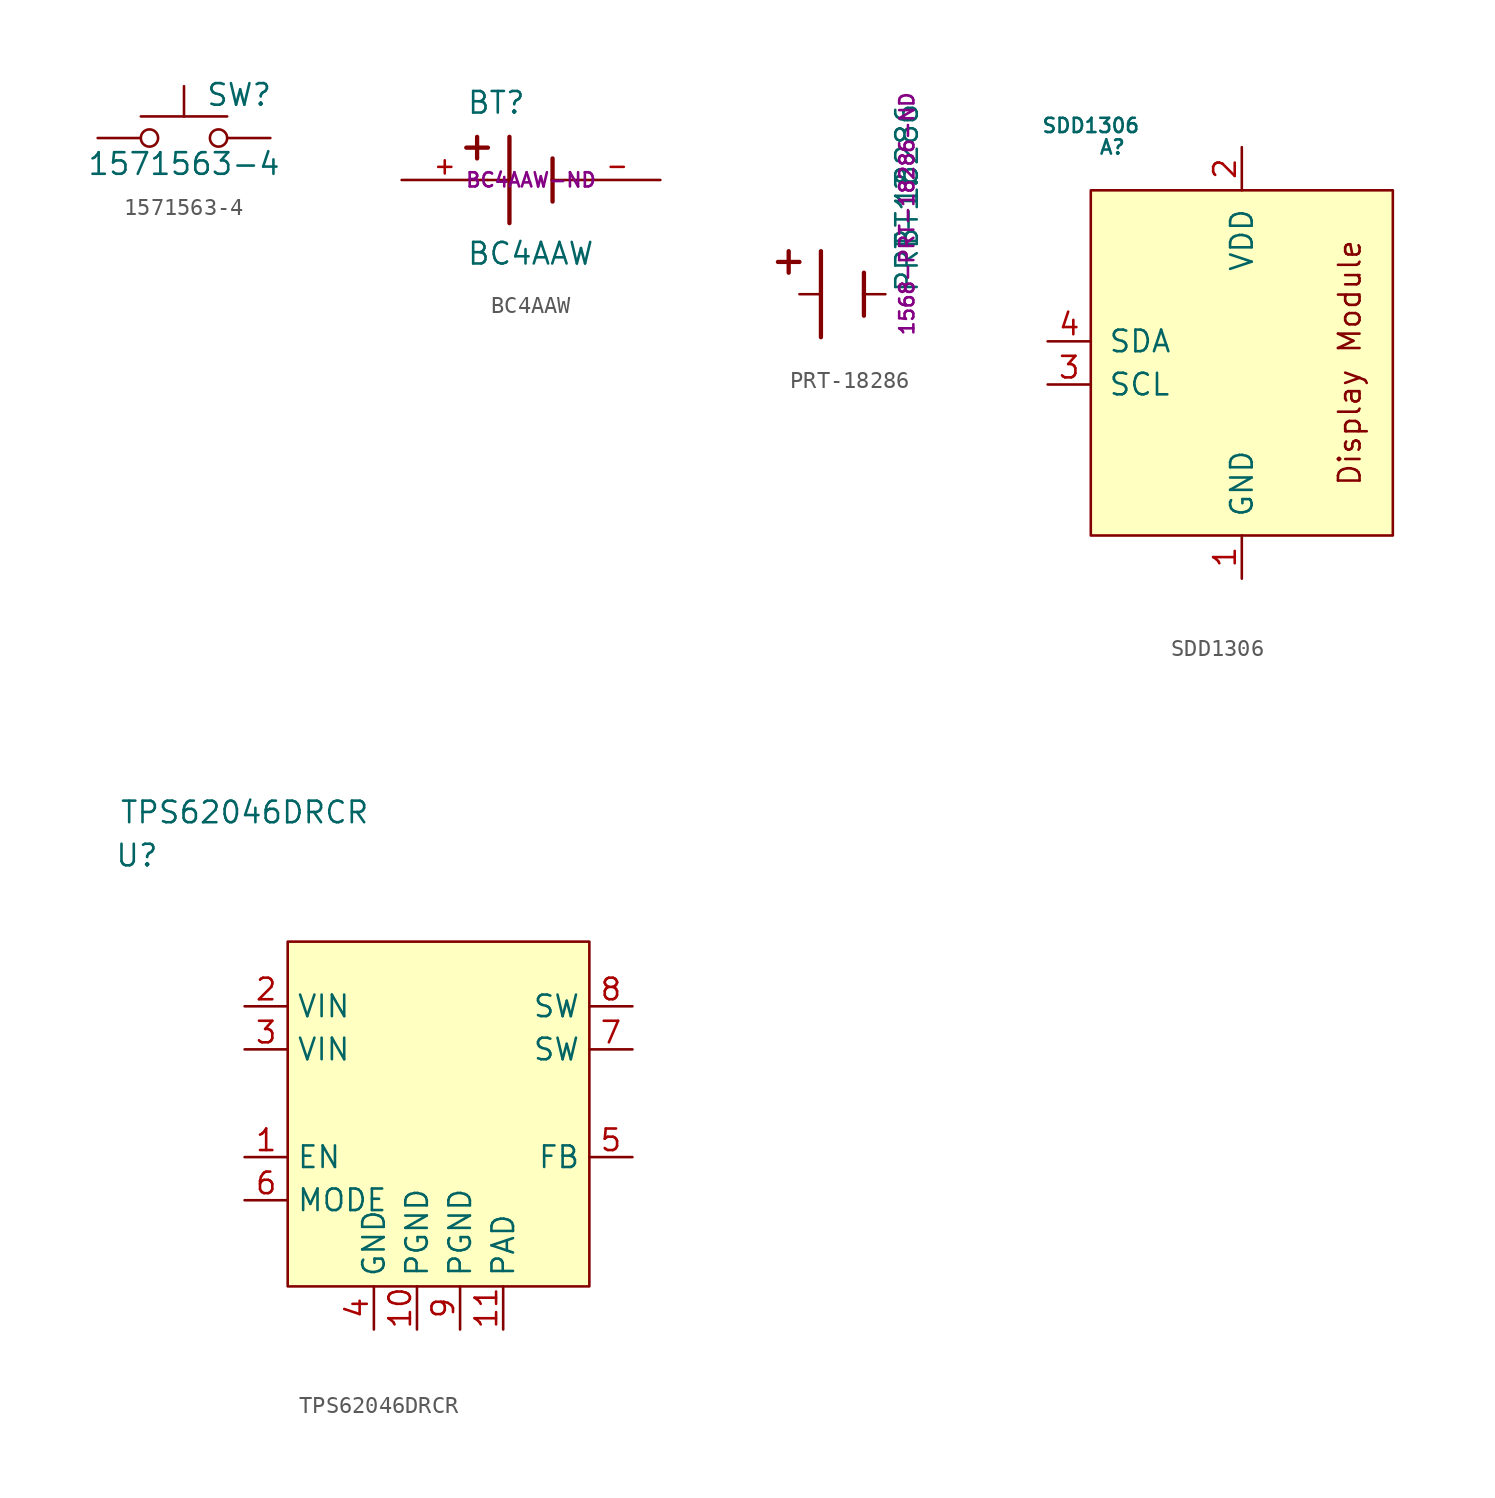
<source format=kicad_sym>
(kicad_symbol_lib
  (version 20211014)
  (generator kicad_symbol_editor)
  (symbol "1571563-4"
    (pin_numbers hide)
    (pin_names
      (offset 1.016) hide)
    (property "Reference" "SW"
      (at 1.27 2.54 0)
      (effects (font (size 1.27 1.27)) (justify left)))
    (property "Value" "1571563-4"
      (at 0 -1.524 0)
      (effects (font (size 1.27 1.27))))
    (symbol "1571563-4_0_1"
      (circle (center -2.032 0) (radius 0.508) (stroke (width 0) (type default) (color 0 0 0 0)) (fill (type none)))
      (polyline (pts (xy 0 1.27) (xy 0 3.048)) (stroke (width 0) (type default) (color 0 0 0 0)) (fill (type none)))
      (polyline (pts (xy 2.54 1.27) (xy -2.54 1.27)) (stroke (width 0) (type default) (color 0 0 0 0)) (fill (type none)))
      (circle (center 2.032 0) (radius 0.508) (stroke (width 0) (type default) (color 0 0 0 0)) (fill (type none)))
      (pin passive line (at -5.08 0 0) (length 2.54) (name "1" (effects (font (size 1.27 1.27)))) (number "1" (effects (font (size 1.27 1.27)))))
      (pin passive line (at 5.08 0 180) (length 2.54) (name "3" (effects (font (size 1.27 1.27)))) (number "3" (effects (font (size 1.27 1.27)))))))
  (symbol "BC4AAW"
    (pin_names
      (offset 1.016) hide)
    (property "Reference" "BT"
      (at -3.81 3.81 0)
      (effects (font (size 1.27 1.27)) (justify left bottom)))
    (property "Value" "BC4AAW"
      (at -3.81 -5.08 0)
      (effects (font (size 1.27 1.27)) (justify left bottom)))
    (property "digikey_part_number" "BC4AAW-ND"
      (at 0 0 0)
      (effects (font (size 0.838 0.838))))
    (symbol "BC4AAW_0_0"
      (polyline (pts (xy -3.81 1.905) (xy -2.54 1.905)) (stroke (width 0.254) (type default) (color 0 0 0 0)) (fill (type none)))
      (polyline (pts (xy -3.175 2.54) (xy -3.175 1.27)) (stroke (width 0.254) (type default) (color 0 0 0 0)) (fill (type none)))
      (polyline (pts (xy -1.27 0) (xy -2.54 0)) (stroke (width 0.152) (type default) (color 0 0 0 0)) (fill (type none)))
      (polyline (pts (xy -1.27 0) (xy -1.27 -2.54)) (stroke (width 0.254) (type default) (color 0 0 0 0)) (fill (type none)))
      (polyline (pts (xy -1.27 2.54) (xy -1.27 0)) (stroke (width 0.254) (type default) (color 0 0 0 0)) (fill (type none)))
      (polyline (pts (xy 1.27 0) (xy 1.27 -1.27)) (stroke (width 0.254) (type default) (color 0 0 0 0)) (fill (type none)))
      (polyline (pts (xy 1.27 0) (xy 2.54 0)) (stroke (width 0.152) (type default) (color 0 0 0 0)) (fill (type none)))
      (polyline (pts (xy 1.27 1.27) (xy 1.27 0)) (stroke (width 0.254) (type default) (color 0 0 0 0)) (fill (type none)))
      (pin passive line (at -7.62 0 0) (length 5.08) (name "~" (effects (font (size 1.016 1.016)))) (number "+" (effects (font (size 1.016 1.016)))))
      (pin passive line (at 7.62 0 180) (length 5.08) (name "~" (effects (font (size 1.016 1.016)))) (number "-" (effects (font (size 1.016 1.016)))))))
  (symbol "PRT-18286"
    (pin_names
      (offset 1.016) hide)
    (property "Reference" "BT1"
      (at 3.81 2.566 90)
      (effects (font (size 1.27 1.27)) (justify left)))
    (property "Value" "PRT-18286"
      (at 3.81 0.025 90)
      (effects (font (size 1.27 1.27)) (justify left)))
    (property "digikey_part_number" "1568-PRT-18286-ND"
      (at 3.81 -2.514 90)
      (effects (font (size 0.838 0.838)) (justify left)))
    (symbol "PRT-18286_0_0"
      (polyline (pts (xy -3.81 1.905) (xy -2.54 1.905)) (stroke (width 0.254) (type default) (color 0 0 0 0)) (fill (type none)))
      (polyline (pts (xy -3.175 2.54) (xy -3.175 1.27)) (stroke (width 0.254) (type default) (color 0 0 0 0)) (fill (type none)))
      (polyline (pts (xy -1.27 0) (xy -2.54 0)) (stroke (width 0.152) (type default) (color 0 0 0 0)) (fill (type none)))
      (polyline (pts (xy -1.27 0) (xy -1.27 -2.54)) (stroke (width 0.254) (type default) (color 0 0 0 0)) (fill (type none)))
      (polyline (pts (xy -1.27 2.54) (xy -1.27 0)) (stroke (width 0.254) (type default) (color 0 0 0 0)) (fill (type none)))
      (polyline (pts (xy 1.27 0) (xy 1.27 -1.27)) (stroke (width 0.254) (type default) (color 0 0 0 0)) (fill (type none)))
      (polyline (pts (xy 1.27 0) (xy 2.54 0)) (stroke (width 0.152) (type default) (color 0 0 0 0)) (fill (type none)))
      (polyline (pts (xy 1.27 1.27) (xy 1.27 0)) (stroke (width 0.254) (type default) (color 0 0 0 0)) (fill (type none)))))
  (symbol "SDD1306"
    (pin_names
      (offset 1.016))
    (property "Reference" "A"
      (at -7.62 12.7 0)
      (effects (font (size 0.838 0.838))))
    (property "Value" "SDD1306"
      (at -8.89 13.97 0)
      (effects (font (size 0.838 0.838))))
    (symbol "SDD1306_0_0"
      (text "Display Module" (at 6.35 0 900) (effects (font (size 1.27 1.27))))
      (pin passive line (at 0 -12.7 90) (length 2.54) (name "GND" (effects (font (size 1.27 1.27)))) (number "1" (effects (font (size 1.27 1.27)))))
      (pin passive line (at 0 12.7 270) (length 2.54) (name "VDD" (effects (font (size 1.27 1.27)))) (number "2" (effects (font (size 1.27 1.27)))))
      (pin passive line (at -11.43 -1.27 0) (length 2.54) (name "SCL" (effects (font (size 1.27 1.27)))) (number "3" (effects (font (size 1.27 1.27)))))
      (pin passive line (at -11.43 1.27 0) (length 2.54) (name "SDA" (effects (font (size 1.27 1.27)))) (number "4" (effects (font (size 1.27 1.27))))))
    (symbol "SDD1306_0_1"
      (rectangle (start 8.89 10.16) (end -8.89 -10.16) (stroke (width 0) (type default) (color 0 0 0 0)) (fill (type background)))))
  (symbol "TPS62046DRCR"
    (property "Reference" "U"
      (at -17.78 15.24 0)
      (effects (font (size 1.27 1.27))))
    (property "Value" "TPS62046DRCR"
      (at -11.43 17.78 0)
      (effects (font (size 1.27 1.27))))
    (symbol "TPS62046DRCR_0_1"
      (rectangle (start -8.89 10.16) (end 8.89 -10.16) (stroke (width 0) (type default) (color 0 0 0 0)) (fill (type background))))
    (symbol "TPS62046DRCR_1_1"
      (pin input line (at -11.43 -2.54 0) (length 2.54) (name "EN" (effects (font (size 1.27 1.27)))) (number "1" (effects (font (size 1.27 1.27)))))
      (pin input line (at -1.27 -12.7 90) (length 2.54) (name "PGND" (effects (font (size 1.27 1.27)))) (number "10" (effects (font (size 1.27 1.27)))))
      (pin input line (at 3.81 -12.7 90) (length 2.54) (name "PAD" (effects (font (size 1.27 1.27)))) (number "11" (effects (font (size 1.27 1.27)))))
      (pin input line (at -11.43 6.35 0) (length 2.54) (name "VIN" (effects (font (size 1.27 1.27)))) (number "2" (effects (font (size 1.27 1.27)))))
      (pin input line (at -11.43 3.81 0) (length 2.54) (name "VIN" (effects (font (size 1.27 1.27)))) (number "3" (effects (font (size 1.27 1.27)))))
      (pin input line (at -3.81 -12.7 90) (length 2.54) (name "GND" (effects (font (size 1.27 1.27)))) (number "4" (effects (font (size 1.27 1.27)))))
      (pin input line (at 11.43 -2.54 180) (length 2.54) (name "FB" (effects (font (size 1.27 1.27)))) (number "5" (effects (font (size 1.27 1.27)))))
      (pin input line (at -11.43 -5.08 0) (length 2.54) (name "MODE" (effects (font (size 1.27 1.27)))) (number "6" (effects (font (size 1.27 1.27)))))
      (pin output line (at 11.43 3.81 180) (length 2.54) (name "SW" (effects (font (size 1.27 1.27)))) (number "7" (effects (font (size 1.27 1.27)))))
      (pin output line (at 11.43 6.35 180) (length 2.54) (name "SW" (effects (font (size 1.27 1.27)))) (number "8" (effects (font (size 1.27 1.27)))))
      (pin input line (at 1.27 -12.7 90) (length 2.54) (name "PGND" (effects (font (size 1.27 1.27)))) (number "9" (effects (font (size 1.27 1.27))))))))
</source>
